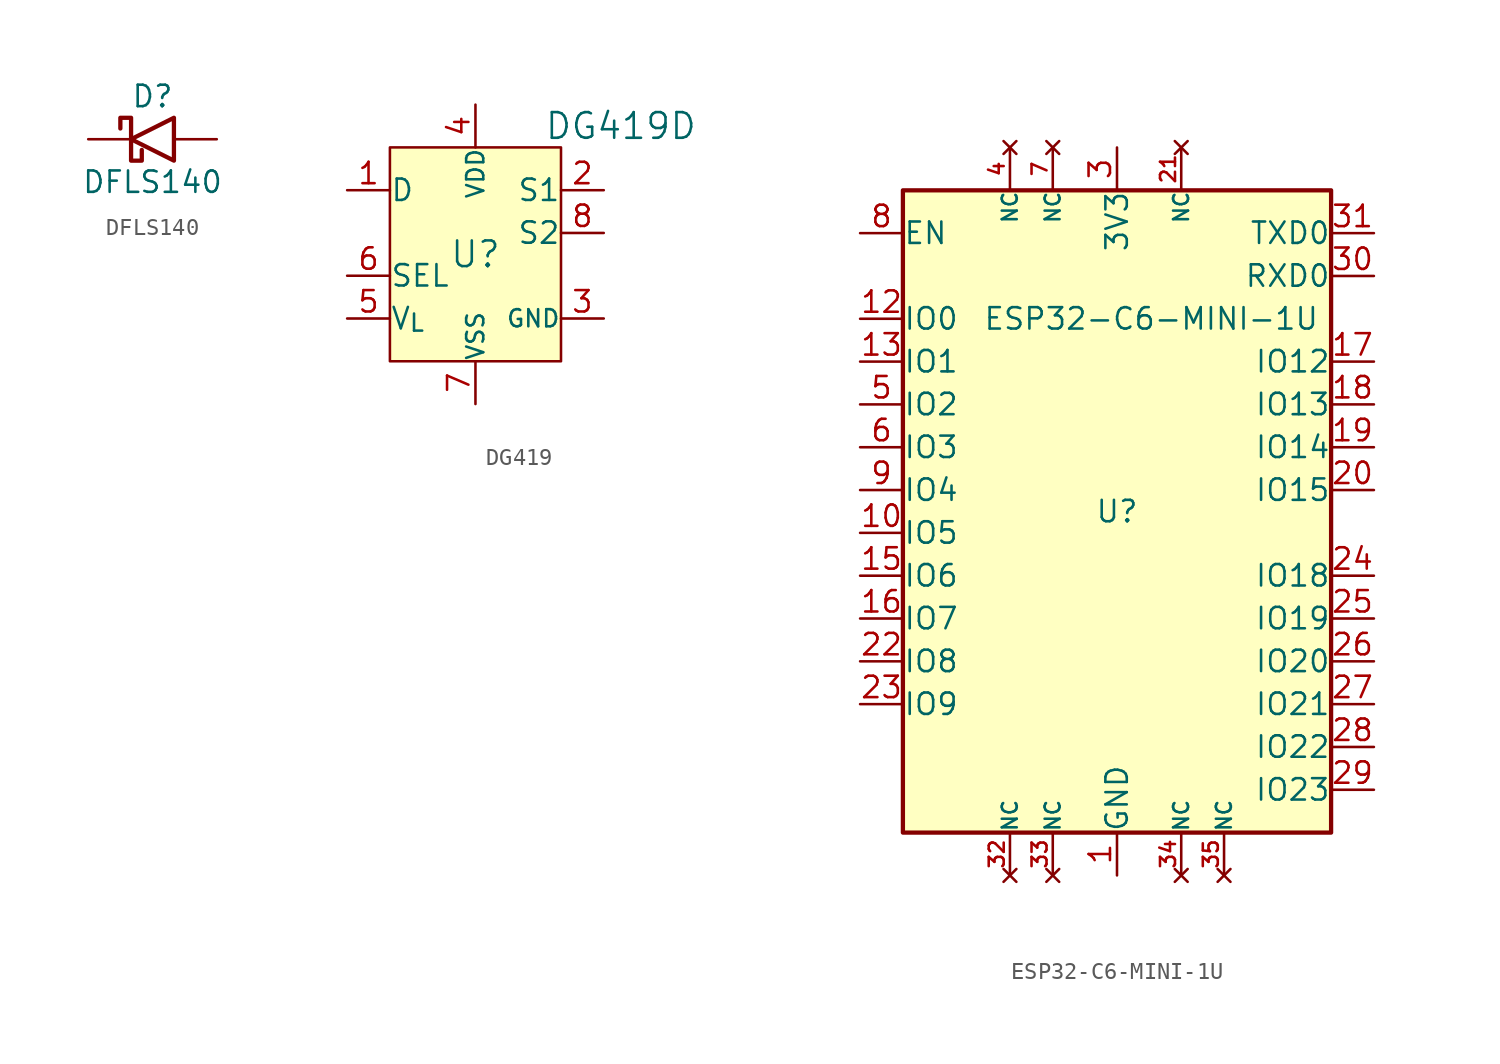
<source format=kicad_sym>
(kicad_symbol_lib
  (version 20241209)
  (generator "kicad_symbol_editor")
  (generator_version "9.0")
  (symbol "DFLS140"
    (pin_numbers
      (hide yes))
    (pin_names
      (offset 1.016)
      (hide yes))
    (property "Reference" "D"
      (at 0 2.54 0)
      (effects (font (size 1.27 1.27))))
    (property "Value" "DFLS140"
      (at 0 -2.54 0)
      (effects (font (size 1.27 1.27))))
    (symbol "DFLS140_0_1"
      (polyline (pts (xy -1.905 0.635) (xy -1.905 1.27) (xy -1.27 1.27) (xy -1.27 -1.27) (xy -0.635 -1.27) (xy -0.635 -0.635)) (stroke (width 0.254) (type default)) (fill (type none)))
      (polyline (pts (xy 1.27 1.27) (xy 1.27 -1.27) (xy -1.27 0) (xy 1.27 1.27)) (stroke (width 0.254) (type default)) (fill (type none))))
    (symbol "DFLS140_1_1"
      (pin passive line (at -3.81 0 0) (length 2.54) (name "K" (effects (font (size 1.27 1.27)))) (number "1" (effects (font (size 1.27 1.27)))))
      (pin passive line (at 3.81 0 180) (length 2.54) (name "A" (effects (font (size 1.27 1.27)))) (number "2" (effects (font (size 1.27 1.27)))))))
  (symbol "DG419"
    (pin_names
      (offset 0.002))
    (property "Reference" "U"
      (at 0 0 0)
      (effects (font (size 1.524 1.524))))
    (property "Value" "DG419D"
      (at 8.636 7.62 0)
      (effects (font (size 1.524 1.524))))
    (symbol "DG419_0_1"
      (pin bidirectional line (at -7.62 3.81 0) (length 2.54) (name "D" (effects (font (size 1.27 1.27)))) (number "1" (effects (font (size 1.27 1.27)))))
      (pin power_in line (at 0 8.89 270) (length 2.54) (name "VDD" (effects (font (size 1.016 1.016)))) (number "4" (effects (font (size 1.27 1.27)))))
      (pin power_in line (at 0 -8.89 90) (length 2.54) (name "VSS" (effects (font (size 1.016 1.016)))) (number "7" (effects (font (size 1.27 1.27)))))
      (pin bidirectional line (at 7.62 3.81 180) (length 2.54) (name "S1" (effects (font (size 1.27 1.27)))) (number "2" (effects (font (size 1.27 1.27)))))
      (pin bidirectional line (at 7.62 1.27 180) (length 2.54) (name "S2" (effects (font (size 1.27 1.27)))) (number "8" (effects (font (size 1.27 1.27)))))
      (pin power_in line (at 7.62 -3.81 180) (length 2.54) (name "GND" (effects (font (size 1.016 1.016)))) (number "3" (effects (font (size 1.27 1.27))))))
    (symbol "DG419_1_1"
      (rectangle (start -5.08 6.35) (end 5.08 -6.35) (stroke (width 0) (type default)) (fill (type background)))
      (pin input line (at -7.62 -1.27 0) (length 2.54) (name "SEL" (effects (font (size 1.27 1.27)))) (number "6" (effects (font (size 1.27 1.27)))))
      (pin input line (at -7.62 -3.81 0) (length 2.54) (name "V_{L}" (effects (font (size 1.27 1.27)))) (number "5" (effects (font (size 1.27 1.27)))))))
  (symbol "ESP32-C6-MINI-1U"
    (pin_names
      (offset 0.002))
    (property "Reference" "U"
      (at 0 0 0)
      (do_not_autoplace)
      (effects (font (size 1.27 1.27))))
    (property "Value" "ESP32-C6-MINI-1U"
      (at 2.032 11.43 0)
      (do_not_autoplace)
      (effects (font (size 1.27 1.27))))
    (symbol "ESP32-C6-MINI-1U_0_1"
      (rectangle (start -12.7 19.05) (end 12.7 -19.05) (stroke (width 0.254) (type default)) (fill (type background))))
    (symbol "ESP32-C6-MINI-1U_1_1"
      (pin input line (at -15.24 16.51 0) (length 2.54) (name "EN" (effects (font (size 1.27 1.27)))) (number "8" (effects (font (size 1.27 1.27)))))
      (pin bidirectional line (at -15.24 11.43 0) (length 2.54) (name "IO0" (effects (font (size 1.27 1.27)))) (number "12" (effects (font (size 1.27 1.27)))))
      (pin bidirectional line (at -15.24 8.89 0) (length 2.54) (name "IO1" (effects (font (size 1.27 1.27)))) (number "13" (effects (font (size 1.27 1.27)))))
      (pin bidirectional line (at -15.24 6.35 0) (length 2.54) (name "IO2" (effects (font (size 1.27 1.27)))) (number "5" (effects (font (size 1.27 1.27)))))
      (pin bidirectional line (at -15.24 3.81 0) (length 2.54) (name "IO3" (effects (font (size 1.27 1.27)))) (number "6" (effects (font (size 1.27 1.27)))))
      (pin bidirectional line (at -15.24 1.27 0) (length 2.54) (name "IO4" (effects (font (size 1.27 1.27)))) (number "9" (effects (font (size 1.27 1.27)))))
      (pin bidirectional line (at -15.24 -1.27 0) (length 2.54) (name "IO5" (effects (font (size 1.27 1.27)))) (number "10" (effects (font (size 1.27 1.27)))))
      (pin bidirectional line (at -15.24 -3.81 0) (length 2.54) (name "IO6" (effects (font (size 1.27 1.27)))) (number "15" (effects (font (size 1.27 1.27)))))
      (pin bidirectional line (at -15.24 -6.35 0) (length 2.54) (name "IO7" (effects (font (size 1.27 1.27)))) (number "16" (effects (font (size 1.27 1.27)))))
      (pin bidirectional line (at -15.24 -8.89 0) (length 2.54) (name "IO8" (effects (font (size 1.27 1.27)))) (number "22" (effects (font (size 1.27 1.27)))))
      (pin bidirectional line (at -15.24 -11.43 0) (length 2.54) (name "IO9" (effects (font (size 1.27 1.27)))) (number "23" (effects (font (size 1.27 1.27)))))
      (pin no_connect line (at -6.35 21.59 270) (length 2.54) (name "NC" (effects (font (size 0.889 0.889)))) (number "4" (effects (font (size 0.889 0.889)))))
      (pin no_connect line (at -6.35 -21.59 90) (length 2.54) (name "NC" (effects (font (size 0.889 0.889)))) (number "32" (effects (font (size 0.889 0.889)))))
      (pin no_connect line (at -3.81 21.59 270) (length 2.54) (name "NC" (effects (font (size 0.889 0.889)))) (number "7" (effects (font (size 0.889 0.889)))))
      (pin no_connect line (at -3.81 -21.59 90) (length 2.54) (name "NC" (effects (font (size 0.889 0.889)))) (number "33" (effects (font (size 0.889 0.889)))))
      (pin power_in line (at 0 21.59 270) (length 2.54) (name "3V3" (effects (font (size 1.27 1.27)))) (number "3" (effects (font (size 1.27 1.27)))))
      (pin power_in line (at 0 -21.59 90) (length 2.54) (name "GND" (effects (font (size 1.27 1.27)))) (number "1" (effects (font (size 1.27 1.27)))))
      (pin passive line (at 0 -21.59 90) (length 2.54) (hide yes) (name "GND" (effects (font (size 1.27 1.27)))) (number "11" (effects (font (size 1.27 1.27)))))
      (pin passive line (at 0 -21.59 90) (length 2.54) (hide yes) (name "GND" (effects (font (size 1.27 1.27)))) (number "14" (effects (font (size 1.27 1.27)))))
      (pin passive line (at 0 -21.59 90) (length 2.54) (hide yes) (name "GND" (effects (font (size 1.27 1.27)))) (number "2" (effects (font (size 1.27 1.27)))))
      (pin passive line (at 0 -21.59 90) (length 2.54) (hide yes) (name "GND" (effects (font (size 1.27 1.27)))) (number "36" (effects (font (size 1.27 1.27)))))
      (pin passive line (at 0 -21.59 90) (length 2.54) (hide yes) (name "GND" (effects (font (size 1.27 1.27)))) (number "37" (effects (font (size 1.27 1.27)))))
      (pin passive line (at 0 -21.59 90) (length 2.54) (hide yes) (name "GND" (effects (font (size 1.27 1.27)))) (number "38" (effects (font (size 1.27 1.27)))))
      (pin passive line (at 0 -21.59 90) (length 2.54) (hide yes) (name "GND" (effects (font (size 1.27 1.27)))) (number "39" (effects (font (size 1.27 1.27)))))
      (pin passive line (at 0 -21.59 90) (length 2.54) (hide yes) (name "GND" (effects (font (size 1.27 1.27)))) (number "40" (effects (font (size 1.27 1.27)))))
      (pin passive line (at 0 -21.59 90) (length 2.54) (hide yes) (name "GND" (effects (font (size 1.27 1.27)))) (number "41" (effects (font (size 1.27 1.27)))))
      (pin passive line (at 0 -21.59 90) (length 2.54) (hide yes) (name "GND" (effects (font (size 1.27 1.27)))) (number "42" (effects (font (size 1.27 1.27)))))
      (pin passive line (at 0 -21.59 90) (length 2.54) (hide yes) (name "GND" (effects (font (size 1.27 1.27)))) (number "43" (effects (font (size 1.27 1.27)))))
      (pin passive line (at 0 -21.59 90) (length 2.54) (hide yes) (name "GND" (effects (font (size 1.27 1.27)))) (number "44" (effects (font (size 1.27 1.27)))))
      (pin passive line (at 0 -21.59 90) (length 2.54) (hide yes) (name "GND" (effects (font (size 1.27 1.27)))) (number "45" (effects (font (size 1.27 1.27)))))
      (pin passive line (at 0 -21.59 90) (length 2.54) (hide yes) (name "GND" (effects (font (size 1.27 1.27)))) (number "46" (effects (font (size 1.27 1.27)))))
      (pin passive line (at 0 -21.59 90) (length 2.54) (hide yes) (name "GND" (effects (font (size 1.27 1.27)))) (number "47" (effects (font (size 1.27 1.27)))))
      (pin passive line (at 0 -21.59 90) (length 2.54) (hide yes) (name "GND" (effects (font (size 1.27 1.27)))) (number "48" (effects (font (size 1.27 1.27)))))
      (pin passive line (at 0 -21.59 90) (length 2.54) (hide yes) (name "GND" (effects (font (size 1.27 1.27)))) (number "49" (effects (font (size 1.27 1.27)))))
      (pin passive line (at 0 -21.59 90) (length 2.54) (hide yes) (name "GND" (effects (font (size 1.27 1.27)))) (number "50" (effects (font (size 1.27 1.27)))))
      (pin passive line (at 0 -21.59 90) (length 2.54) (hide yes) (name "GND" (effects (font (size 1.27 1.27)))) (number "51" (effects (font (size 1.27 1.27)))))
      (pin passive line (at 0 -21.59 90) (length 2.54) (hide yes) (name "GND" (effects (font (size 1.27 1.27)))) (number "52" (effects (font (size 1.27 1.27)))))
      (pin passive line (at 0 -21.59 90) (length 2.54) (hide yes) (name "GND" (effects (font (size 1.27 1.27)))) (number "53" (effects (font (size 1.27 1.27)))))
      (pin no_connect line (at 3.81 21.59 270) (length 2.54) (name "NC" (effects (font (size 0.889 0.889)))) (number "21" (effects (font (size 0.889 0.889)))))
      (pin no_connect line (at 3.81 -21.59 90) (length 2.54) (name "NC" (effects (font (size 0.889 0.889)))) (number "34" (effects (font (size 0.889 0.889)))))
      (pin no_connect line (at 6.35 -21.59 90) (length 2.54) (name "NC" (effects (font (size 0.889 0.889)))) (number "35" (effects (font (size 0.889 0.889)))))
      (pin bidirectional line (at 15.24 16.51 180) (length 2.54) (name "TXD0" (effects (font (size 1.27 1.27)))) (number "31" (effects (font (size 1.27 1.27)))))
      (pin bidirectional line (at 15.24 13.97 180) (length 2.54) (name "RXD0" (effects (font (size 1.27 1.27)))) (number "30" (effects (font (size 1.27 1.27)))))
      (pin bidirectional line (at 15.24 8.89 180) (length 2.54) (name "IO12" (effects (font (size 1.27 1.27)))) (number "17" (effects (font (size 1.27 1.27)))))
      (pin bidirectional line (at 15.24 6.35 180) (length 2.54) (name "IO13" (effects (font (size 1.27 1.27)))) (number "18" (effects (font (size 1.27 1.27)))))
      (pin bidirectional line (at 15.24 3.81 180) (length 2.54) (name "IO14" (effects (font (size 1.27 1.27)))) (number "19" (effects (font (size 1.27 1.27)))))
      (pin bidirectional line (at 15.24 1.27 180) (length 2.54) (name "IO15" (effects (font (size 1.27 1.27)))) (number "20" (effects (font (size 1.27 1.27)))))
      (pin bidirectional line (at 15.24 -3.81 180) (length 2.54) (name "IO18" (effects (font (size 1.27 1.27)))) (number "24" (effects (font (size 1.27 1.27)))))
      (pin bidirectional line (at 15.24 -6.35 180) (length 2.54) (name "IO19" (effects (font (size 1.27 1.27)))) (number "25" (effects (font (size 1.27 1.27)))))
      (pin bidirectional line (at 15.24 -8.89 180) (length 2.54) (name "IO20" (effects (font (size 1.27 1.27)))) (number "26" (effects (font (size 1.27 1.27)))))
      (pin bidirectional line (at 15.24 -11.43 180) (length 2.54) (name "IO21" (effects (font (size 1.27 1.27)))) (number "27" (effects (font (size 1.27 1.27)))))
      (pin bidirectional line (at 15.24 -13.97 180) (length 2.54) (name "IO22" (effects (font (size 1.27 1.27)))) (number "28" (effects (font (size 1.27 1.27)))))
      (pin bidirectional line (at 15.24 -16.51 180) (length 2.54) (name "IO23" (effects (font (size 1.27 1.27)))) (number "29" (effects (font (size 1.27 1.27))))))))
</source>
